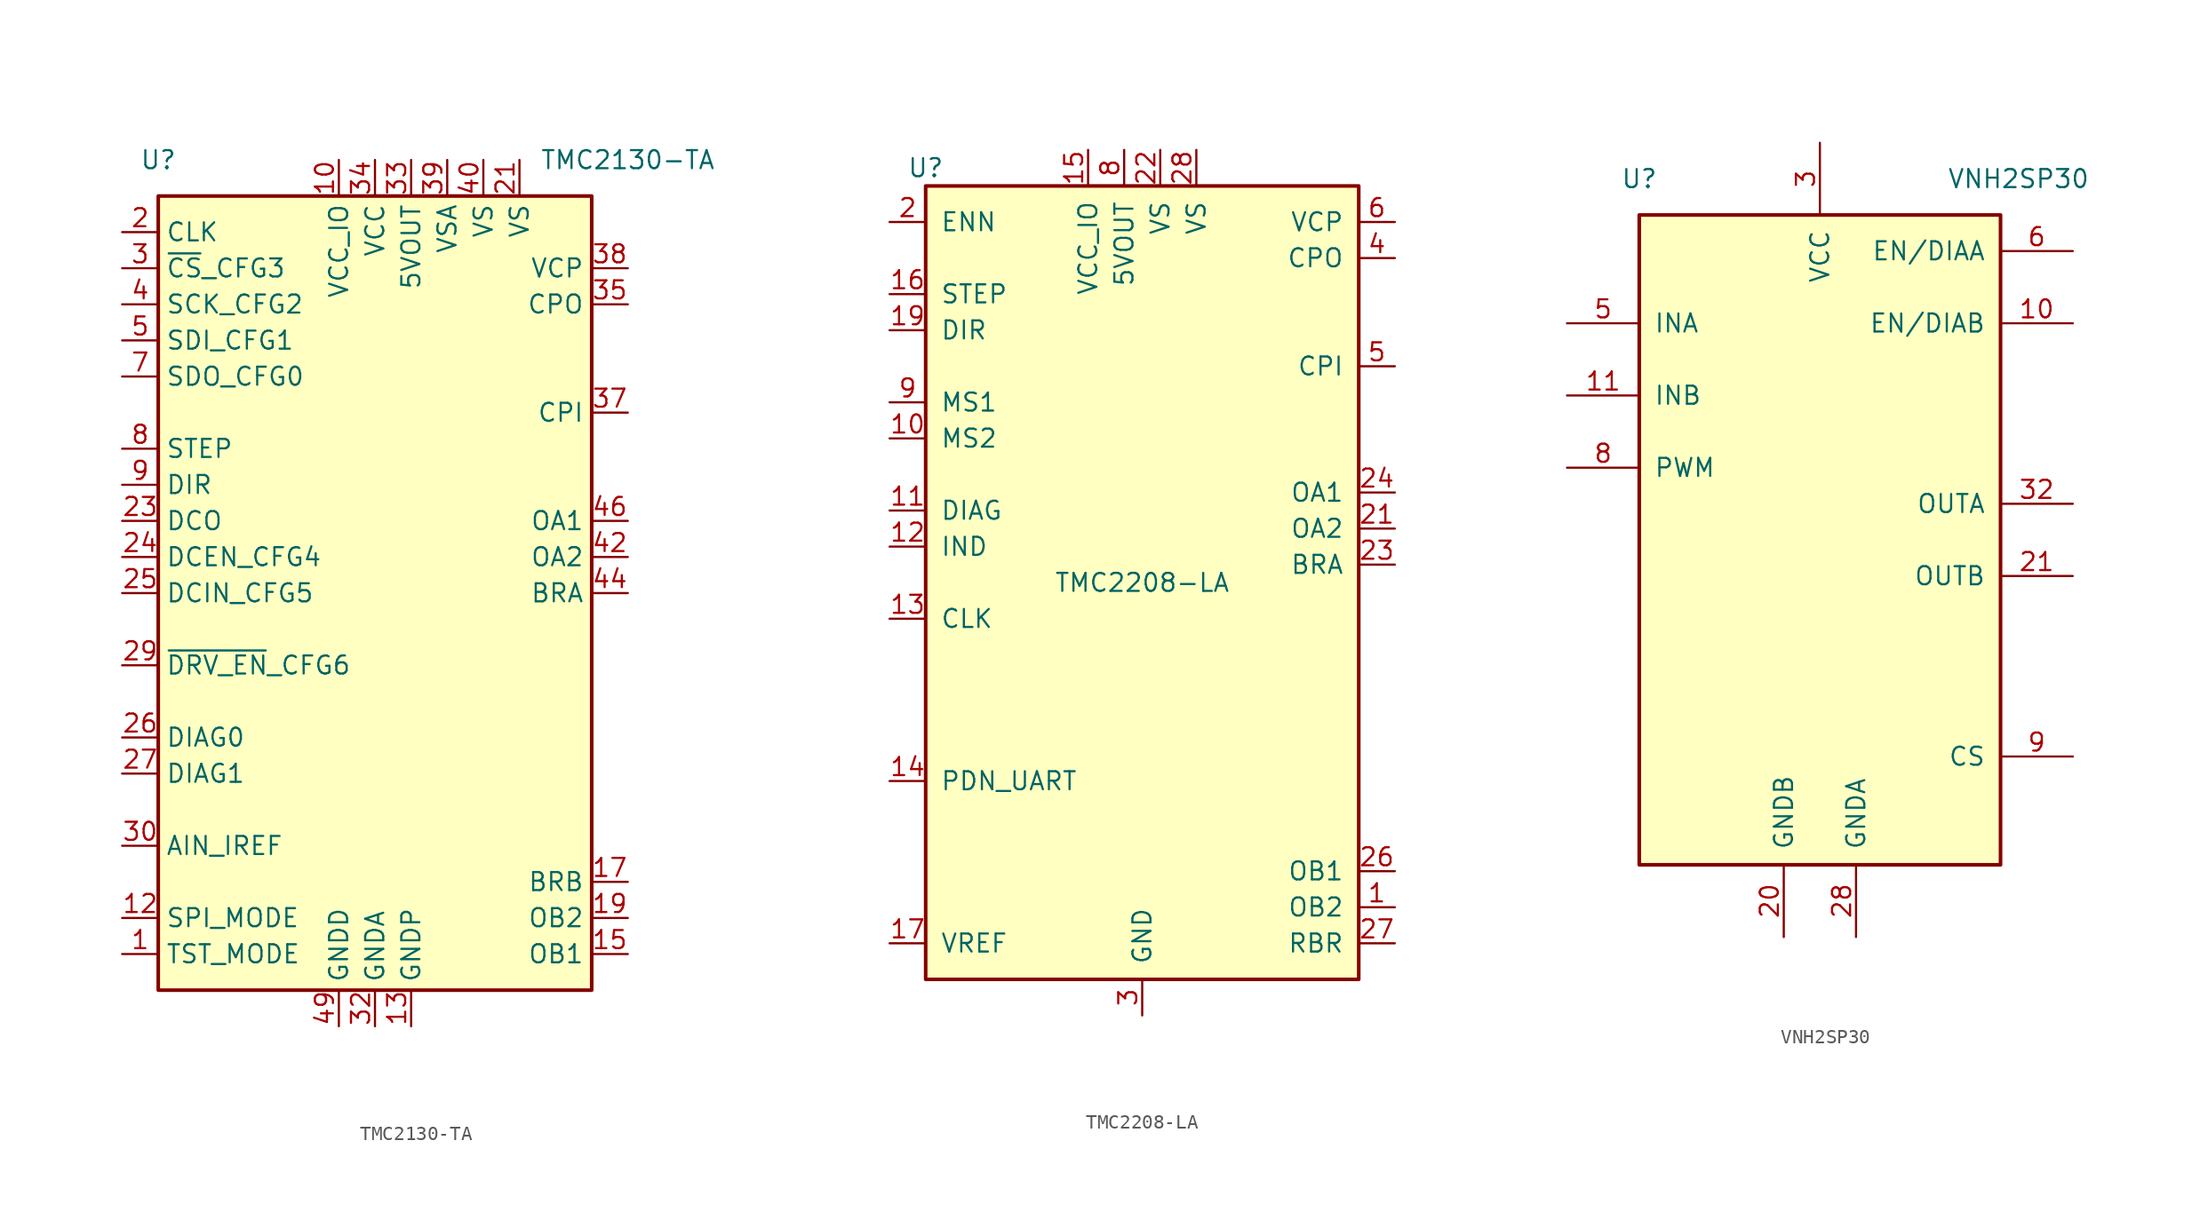
<source format=kicad_sym>
(kicad_symbol_lib
  (version 20201005)
  (generator kicad_symbol_editor)
  (symbol "TMC2130-TA"
    (property "Reference" "U"
      (at -15.24 30.48 0)
      (effects (font (size 1.27 1.27))))
    (property "Value" "TMC2130-TA"
      (at 17.78 30.48 0)
      (effects (font (size 1.27 1.27))))
    (symbol "TMC2130-TA_1_1"
      (rectangle (start -15.24 27.94) (end 15.24 -27.94) (stroke (width 0.254)) (fill (type background)))
      (pin input line (at -17.78 -25.4 0) (length 2.54) (name "TST_MODE" (effects (font (size 1.27 1.27)))) (number "1" (effects (font (size 1.27 1.27)))))
      (pin power_in line (at -2.54 30.48 270) (length 2.54) (name "VCC_IO" (effects (font (size 1.27 1.27)))) (number "10" (effects (font (size 1.27 1.27)))))
      (pin no_connect line (at 15.24 15.24 180) (length 2.54) hide (name "DNC" (effects (font (size 1.27 1.27)))) (number "11" (effects (font (size 1.27 1.27)))))
      (pin input line (at -17.78 -22.86 0) (length 2.54) (name "SPI_MODE" (effects (font (size 1.27 1.27)))) (number "12" (effects (font (size 1.27 1.27)))))
      (pin power_in line (at 2.54 -30.48 90) (length 2.54) (name "GNDP" (effects (font (size 1.27 1.27)))) (number "13" (effects (font (size 1.27 1.27)))))
      (pin no_connect line (at 15.24 10.16 180) (length 2.54) hide (name "DNC" (effects (font (size 1.27 1.27)))) (number "14" (effects (font (size 1.27 1.27)))))
      (pin output line (at 17.78 -25.4 180) (length 2.54) (name "OB1" (effects (font (size 1.27 1.27)))) (number "15" (effects (font (size 1.27 1.27)))))
      (pin no_connect line (at 15.24 7.62 180) (length 2.54) hide (name "DNC" (effects (font (size 1.27 1.27)))) (number "16" (effects (font (size 1.27 1.27)))))
      (pin passive line (at 17.78 -20.32 180) (length 2.54) (name "BRB" (effects (font (size 1.27 1.27)))) (number "17" (effects (font (size 1.27 1.27)))))
      (pin no_connect line (at 15.24 -2.54 180) (length 2.54) hide (name "DNC" (effects (font (size 1.27 1.27)))) (number "18" (effects (font (size 1.27 1.27)))))
      (pin output line (at 17.78 -22.86 180) (length 2.54) (name "OB2" (effects (font (size 1.27 1.27)))) (number "19" (effects (font (size 1.27 1.27)))))
      (pin input line (at -17.78 25.4 0) (length 2.54) (name "CLK" (effects (font (size 1.27 1.27)))) (number "2" (effects (font (size 1.27 1.27)))))
      (pin no_connect line (at 15.24 -5.08 180) (length 2.54) hide (name "DNC" (effects (font (size 1.27 1.27)))) (number "20" (effects (font (size 1.27 1.27)))))
      (pin power_in line (at 10.16 30.48 270) (length 2.54) (name "VS" (effects (font (size 1.27 1.27)))) (number "21" (effects (font (size 1.27 1.27)))))
      (pin no_connect line (at 15.24 -7.62 180) (length 2.54) hide (name "DNC" (effects (font (size 1.27 1.27)))) (number "22" (effects (font (size 1.27 1.27)))))
      (pin output line (at -17.78 5.08 0) (length 2.54) (name "DCO" (effects (font (size 1.27 1.27)))) (number "23" (effects (font (size 1.27 1.27)))))
      (pin input line (at -17.78 2.54 0) (length 2.54) (name "DCEN_CFG4" (effects (font (size 1.27 1.27)))) (number "24" (effects (font (size 1.27 1.27)))))
      (pin input line (at -17.78 0 0) (length 2.54) (name "DCIN_CFG5" (effects (font (size 1.27 1.27)))) (number "25" (effects (font (size 1.27 1.27)))))
      (pin output line (at -17.78 -10.16 0) (length 2.54) (name "DIAG0" (effects (font (size 1.27 1.27)))) (number "26" (effects (font (size 1.27 1.27)))))
      (pin output line (at -17.78 -12.7 0) (length 2.54) (name "DIAG1" (effects (font (size 1.27 1.27)))) (number "27" (effects (font (size 1.27 1.27)))))
      (pin no_connect line (at 15.24 -10.16 180) (length 2.54) hide (name "DNC" (effects (font (size 1.27 1.27)))) (number "28" (effects (font (size 1.27 1.27)))))
      (pin input line (at -17.78 -5.08 0) (length 2.54) (name "~DRV_EN~_CFG6" (effects (font (size 1.27 1.27)))) (number "29" (effects (font (size 1.27 1.27)))))
      (pin input line (at -17.78 22.86 0) (length 2.54) (name "~CS~_CFG3" (effects (font (size 1.27 1.27)))) (number "3" (effects (font (size 1.27 1.27)))))
      (pin input line (at -17.78 -17.78 0) (length 2.54) (name "AIN_IREF" (effects (font (size 1.27 1.27)))) (number "30" (effects (font (size 1.27 1.27)))))
      (pin passive line (at -2.54 -30.48 90) (length 2.54) hide (name "GNDD" (effects (font (size 1.27 1.27)))) (number "31" (effects (font (size 1.27 1.27)))))
      (pin power_in line (at 0 -30.48 90) (length 2.54) (name "GNDA" (effects (font (size 1.27 1.27)))) (number "32" (effects (font (size 1.27 1.27)))))
      (pin power_out line (at 2.54 30.48 270) (length 2.54) (name "5VOUT" (effects (font (size 1.27 1.27)))) (number "33" (effects (font (size 1.27 1.27)))))
      (pin power_in line (at 0 30.48 270) (length 2.54) (name "VCC" (effects (font (size 1.27 1.27)))) (number "34" (effects (font (size 1.27 1.27)))))
      (pin passive line (at 17.78 20.32 180) (length 2.54) (name "CPO" (effects (font (size 1.27 1.27)))) (number "35" (effects (font (size 1.27 1.27)))))
      (pin passive line (at -2.54 -30.48 90) (length 2.54) hide (name "GNDD" (effects (font (size 1.27 1.27)))) (number "36" (effects (font (size 1.27 1.27)))))
      (pin passive line (at 17.78 12.7 180) (length 2.54) (name "CPI" (effects (font (size 1.27 1.27)))) (number "37" (effects (font (size 1.27 1.27)))))
      (pin passive line (at 17.78 22.86 180) (length 2.54) (name "VCP" (effects (font (size 1.27 1.27)))) (number "38" (effects (font (size 1.27 1.27)))))
      (pin power_in line (at 5.08 30.48 270) (length 2.54) (name "VSA" (effects (font (size 1.27 1.27)))) (number "39" (effects (font (size 1.27 1.27)))))
      (pin input line (at -17.78 20.32 0) (length 2.54) (name "SCK_CFG2" (effects (font (size 1.27 1.27)))) (number "4" (effects (font (size 1.27 1.27)))))
      (pin power_in line (at 7.62 30.48 270) (length 2.54) (name "VS" (effects (font (size 1.27 1.27)))) (number "40" (effects (font (size 1.27 1.27)))))
      (pin no_connect line (at 15.24 -12.7 180) (length 2.54) hide (name "DNC" (effects (font (size 1.27 1.27)))) (number "41" (effects (font (size 1.27 1.27)))))
      (pin output line (at 17.78 2.54 180) (length 2.54) (name "OA2" (effects (font (size 1.27 1.27)))) (number "42" (effects (font (size 1.27 1.27)))))
      (pin no_connect line (at 15.24 -15.24 180) (length 2.54) hide (name "DNC" (effects (font (size 1.27 1.27)))) (number "43" (effects (font (size 1.27 1.27)))))
      (pin passive line (at 17.78 0 180) (length 2.54) (name "BRA" (effects (font (size 1.27 1.27)))) (number "44" (effects (font (size 1.27 1.27)))))
      (pin no_connect line (at 15.24 17.78 180) (length 2.54) hide (name "DNC" (effects (font (size 1.27 1.27)))) (number "45" (effects (font (size 1.27 1.27)))))
      (pin output line (at 17.78 5.08 180) (length 2.54) (name "OA1" (effects (font (size 1.27 1.27)))) (number "46" (effects (font (size 1.27 1.27)))))
      (pin no_connect line (at 15.24 -17.78 180) (length 2.54) hide (name "DNC" (effects (font (size 1.27 1.27)))) (number "47" (effects (font (size 1.27 1.27)))))
      (pin passive line (at 2.54 -30.48 90) (length 2.54) hide (name "GNDP" (effects (font (size 1.27 1.27)))) (number "48" (effects (font (size 1.27 1.27)))))
      (pin power_in line (at -2.54 -30.48 90) (length 2.54) (name "GNDD" (effects (font (size 1.27 1.27)))) (number "49" (effects (font (size 1.27 1.27)))))
      (pin input line (at -17.78 17.78 0) (length 2.54) (name "SDI_CFG1" (effects (font (size 1.27 1.27)))) (number "5" (effects (font (size 1.27 1.27)))))
      (pin passive line (at -2.54 -30.48 90) (length 2.54) hide (name "GNDD" (effects (font (size 1.27 1.27)))) (number "6" (effects (font (size 1.27 1.27)))))
      (pin bidirectional line (at -17.78 15.24 0) (length 2.54) (name "SDO_CFG0" (effects (font (size 1.27 1.27)))) (number "7" (effects (font (size 1.27 1.27)))))
      (pin input line (at -17.78 10.16 0) (length 2.54) (name "STEP" (effects (font (size 1.27 1.27)))) (number "8" (effects (font (size 1.27 1.27)))))
      (pin input line (at -17.78 7.62 0) (length 2.54) (name "DIR" (effects (font (size 1.27 1.27)))) (number "9" (effects (font (size 1.27 1.27)))))))
  (symbol "TMC2208-LA"
    (pin_names
      (offset 1.016))
    (property "Reference" "U"
      (at -15.24 29.21 0)
      (effects (font (size 1.27 1.27))))
    (property "Value" "TMC2208-LA"
      (at 0 0 0)
      (effects (font (size 1.27 1.27))))
    (symbol "TMC2208-LA_1_1"
      (rectangle (start -15.24 27.94) (end 15.24 -27.94) (stroke (width 0.254)) (fill (type background)))
      (pin input line (at 17.78 -22.86 180) (length 2.54) (name "OB2" (effects (font (size 1.27 1.27)))) (number "1" (effects (font (size 1.27 1.27)))))
      (pin input line (at -17.78 10.16 0) (length 2.54) (name "MS2" (effects (font (size 1.27 1.27)))) (number "10" (effects (font (size 1.27 1.27)))))
      (pin input line (at -17.78 5.08 0) (length 2.54) (name "DIAG" (effects (font (size 1.27 1.27)))) (number "11" (effects (font (size 1.27 1.27)))))
      (pin input line (at -17.78 2.54 0) (length 2.54) (name "IND" (effects (font (size 1.27 1.27)))) (number "12" (effects (font (size 1.27 1.27)))))
      (pin input line (at -17.78 -2.54 0) (length 2.54) (name "CLK" (effects (font (size 1.27 1.27)))) (number "13" (effects (font (size 1.27 1.27)))))
      (pin input line (at -17.78 -13.97 0) (length 2.54) (name "PDN_UART" (effects (font (size 1.27 1.27)))) (number "14" (effects (font (size 1.27 1.27)))))
      (pin input line (at -3.81 30.48 270) (length 2.54) (name "VCC_IO" (effects (font (size 1.27 1.27)))) (number "15" (effects (font (size 1.27 1.27)))))
      (pin input line (at -17.78 20.32 0) (length 2.54) (name "STEP" (effects (font (size 1.27 1.27)))) (number "16" (effects (font (size 1.27 1.27)))))
      (pin input line (at -17.78 -25.4 0) (length 2.54) (name "VREF" (effects (font (size 1.27 1.27)))) (number "17" (effects (font (size 1.27 1.27)))))
      (pin input line (at 0 -30.48 90) (length 2.54) hide (name "GND" (effects (font (size 1.27 1.27)))) (number "18" (effects (font (size 1.27 1.27)))))
      (pin input line (at -17.78 17.78 0) (length 2.54) (name "DIR" (effects (font (size 1.27 1.27)))) (number "19" (effects (font (size 1.27 1.27)))))
      (pin input line (at -17.78 25.4 0) (length 2.54) (name "ENN" (effects (font (size 1.27 1.27)))) (number "2" (effects (font (size 1.27 1.27)))))
      (pin no_connect line (at 15.24 -8.89 0) (length 2.54) hide (name "NC" (effects (font (size 1.27 1.27)))) (number "20" (effects (font (size 1.27 1.27)))))
      (pin input line (at 17.78 3.81 180) (length 2.54) (name "OA2" (effects (font (size 1.27 1.27)))) (number "21" (effects (font (size 1.27 1.27)))))
      (pin input line (at 1.27 30.48 270) (length 2.54) (name "VS" (effects (font (size 1.27 1.27)))) (number "22" (effects (font (size 1.27 1.27)))))
      (pin input line (at 17.78 1.27 180) (length 2.54) (name "BRA" (effects (font (size 1.27 1.27)))) (number "23" (effects (font (size 1.27 1.27)))))
      (pin input line (at 17.78 6.35 180) (length 2.54) (name "OA1" (effects (font (size 1.27 1.27)))) (number "24" (effects (font (size 1.27 1.27)))))
      (pin no_connect line (at 15.24 -11.43 0) (length 2.54) hide (name "NC" (effects (font (size 1.27 1.27)))) (number "25" (effects (font (size 1.27 1.27)))))
      (pin input line (at 17.78 -20.32 180) (length 2.54) (name "OB1" (effects (font (size 1.27 1.27)))) (number "26" (effects (font (size 1.27 1.27)))))
      (pin input line (at 17.78 -25.4 180) (length 2.54) (name "RBR" (effects (font (size 1.27 1.27)))) (number "27" (effects (font (size 1.27 1.27)))))
      (pin input line (at 3.81 30.48 270) (length 2.54) (name "VS" (effects (font (size 1.27 1.27)))) (number "28" (effects (font (size 1.27 1.27)))))
      (pin power_in line (at 0 -30.48 90) (length 2.54) hide (name "EXP" (effects (font (size 1.27 1.27)))) (number "29" (effects (font (size 1.27 1.27)))))
      (pin input line (at 0 -30.48 90) (length 2.54) (name "GND" (effects (font (size 1.27 1.27)))) (number "3" (effects (font (size 1.27 1.27)))))
      (pin input line (at 17.78 22.86 180) (length 2.54) (name "CPO" (effects (font (size 1.27 1.27)))) (number "4" (effects (font (size 1.27 1.27)))))
      (pin input line (at 17.78 15.24 180) (length 2.54) (name "CPI" (effects (font (size 1.27 1.27)))) (number "5" (effects (font (size 1.27 1.27)))))
      (pin input line (at 17.78 25.4 180) (length 2.54) (name "VCP" (effects (font (size 1.27 1.27)))) (number "6" (effects (font (size 1.27 1.27)))))
      (pin no_connect line (at 15.24 -6.35 0) (length 2.54) hide (name "NC" (effects (font (size 1.27 1.27)))) (number "7" (effects (font (size 1.27 1.27)))))
      (pin input line (at -1.27 30.48 270) (length 2.54) (name "5VOUT" (effects (font (size 1.27 1.27)))) (number "8" (effects (font (size 1.27 1.27)))))
      (pin input line (at -17.78 12.7 0) (length 2.54) (name "MS1" (effects (font (size 1.27 1.27)))) (number "9" (effects (font (size 1.27 1.27)))))))
  (symbol "VNH2SP30"
    (pin_names
      (offset 1.016))
    (property "Reference" "U"
      (at -12.7 25.4 0)
      (effects (font (size 1.27 1.27))))
    (property "Value" "VNH2SP30"
      (at 13.97 25.4 0)
      (effects (font (size 1.27 1.27))))
    (symbol "VNH2SP30_1_1"
      (rectangle (start -12.7 22.86) (end 12.7 -22.86) (stroke (width 0.254)) (fill (type background)))
      (pin passive line (at 17.78 2.54 180) (length 5.08) hide (name "OUTA" (effects (font (size 1.27 1.27)))) (number "1" (effects (font (size 1.27 1.27)))))
      (pin output line (at 17.78 15.24 180) (length 5.08) (name "EN/DIAB" (effects (font (size 1.27 1.27)))) (number "10" (effects (font (size 1.27 1.27)))))
      (pin input line (at -17.78 10.16 0) (length 5.08) (name "INB" (effects (font (size 1.27 1.27)))) (number "11" (effects (font (size 1.27 1.27)))))
      (pin no_connect line (at -17.78 -7.62 0) (length 5.08) hide (name "NC" (effects (font (size 1.27 1.27)))) (number "12" (effects (font (size 1.27 1.27)))))
      (pin passive line (at 0 27.94 270) (length 5.08) hide (name "VCC" (effects (font (size 1.27 1.27)))) (number "13" (effects (font (size 1.27 1.27)))))
      (pin no_connect line (at -17.78 -10.16 0) (length 5.08) hide (name "NC" (effects (font (size 1.27 1.27)))) (number "14" (effects (font (size 1.27 1.27)))))
      (pin passive line (at 17.78 -2.54 180) (length 5.08) hide (name "OUTB" (effects (font (size 1.27 1.27)))) (number "15" (effects (font (size 1.27 1.27)))))
      (pin passive line (at 17.78 -2.54 180) (length 5.08) hide (name "OUTB" (effects (font (size 1.27 1.27)))) (number "16" (effects (font (size 1.27 1.27)))))
      (pin no_connect line (at -17.78 -20.32 0) (length 5.08) hide (name "NC" (effects (font (size 1.27 1.27)))) (number "17" (effects (font (size 1.27 1.27)))))
      (pin passive line (at -2.54 -27.94 90) (length 5.08) hide (name "GNDB" (effects (font (size 1.27 1.27)))) (number "18" (effects (font (size 1.27 1.27)))))
      (pin passive line (at -2.54 -27.94 90) (length 5.08) hide (name "GNDB" (effects (font (size 1.27 1.27)))) (number "19" (effects (font (size 1.27 1.27)))))
      (pin no_connect line (at -17.78 0 0) (length 5.08) hide (name "NC" (effects (font (size 1.27 1.27)))) (number "2" (effects (font (size 1.27 1.27)))))
      (pin passive line (at -2.54 -27.94 90) (length 5.08) (name "GNDB" (effects (font (size 1.27 1.27)))) (number "20" (effects (font (size 1.27 1.27)))))
      (pin output line (at 17.78 -2.54 180) (length 5.08) (name "OUTB" (effects (font (size 1.27 1.27)))) (number "21" (effects (font (size 1.27 1.27)))))
      (pin no_connect line (at -17.78 -17.78 0) (length 5.08) hide (name "NC" (effects (font (size 1.27 1.27)))) (number "22" (effects (font (size 1.27 1.27)))))
      (pin passive line (at 0 27.94 270) (length 5.08) hide (name "VCC" (effects (font (size 1.27 1.27)))) (number "23" (effects (font (size 1.27 1.27)))))
      (pin no_connect line (at -17.78 -15.24 0) (length 5.08) hide (name "NC" (effects (font (size 1.27 1.27)))) (number "24" (effects (font (size 1.27 1.27)))))
      (pin passive line (at 17.78 2.54 180) (length 5.08) hide (name "OUTA" (effects (font (size 1.27 1.27)))) (number "25" (effects (font (size 1.27 1.27)))))
      (pin passive line (at 2.54 -27.94 90) (length 5.08) hide (name "GNDA" (effects (font (size 1.27 1.27)))) (number "26" (effects (font (size 1.27 1.27)))))
      (pin passive line (at 2.54 -27.94 90) (length 5.08) hide (name "GNDA" (effects (font (size 1.27 1.27)))) (number "27" (effects (font (size 1.27 1.27)))))
      (pin passive line (at 2.54 -27.94 90) (length 5.08) (name "GNDA" (effects (font (size 1.27 1.27)))) (number "28" (effects (font (size 1.27 1.27)))))
      (pin no_connect line (at -17.78 -12.7 0) (length 5.08) hide (name "NC" (effects (font (size 1.27 1.27)))) (number "29" (effects (font (size 1.27 1.27)))))
      (pin power_in line (at 0 27.94 270) (length 5.08) (name "VCC" (effects (font (size 1.27 1.27)))) (number "3" (effects (font (size 1.27 1.27)))))
      (pin passive line (at 17.78 2.54 180) (length 5.08) hide (name "OUTA" (effects (font (size 1.27 1.27)))) (number "30" (effects (font (size 1.27 1.27)))))
      (pin passive line (at 0 27.94 270) (length 5.08) hide (name "VCC" (effects (font (size 1.27 1.27)))) (number "31" (effects (font (size 1.27 1.27)))))
      (pin passive line (at 17.78 2.54 180) (length 5.08) (name "OUTA" (effects (font (size 1.27 1.27)))) (number "32" (effects (font (size 1.27 1.27)))))
      (pin passive line (at 17.78 -2.54 180) (length 5.08) hide (name "OUTB" (effects (font (size 1.27 1.27)))) (number "33" (effects (font (size 1.27 1.27)))))
      (pin no_connect line (at -17.78 -2.54 0) (length 5.08) hide (name "NC" (effects (font (size 1.27 1.27)))) (number "4" (effects (font (size 1.27 1.27)))))
      (pin input line (at -17.78 15.24 0) (length 5.08) (name "INA" (effects (font (size 1.27 1.27)))) (number "5" (effects (font (size 1.27 1.27)))))
      (pin output line (at 17.78 20.32 180) (length 5.08) (name "EN/DIAA" (effects (font (size 1.27 1.27)))) (number "6" (effects (font (size 1.27 1.27)))))
      (pin no_connect line (at -17.78 -5.08 0) (length 5.08) hide (name "NC" (effects (font (size 1.27 1.27)))) (number "7" (effects (font (size 1.27 1.27)))))
      (pin input line (at -17.78 5.08 0) (length 5.08) (name "PWM" (effects (font (size 1.27 1.27)))) (number "8" (effects (font (size 1.27 1.27)))))
      (pin output line (at 17.78 -15.24 180) (length 5.08) (name "CS" (effects (font (size 1.27 1.27)))) (number "9" (effects (font (size 1.27 1.27))))))))
</source>
